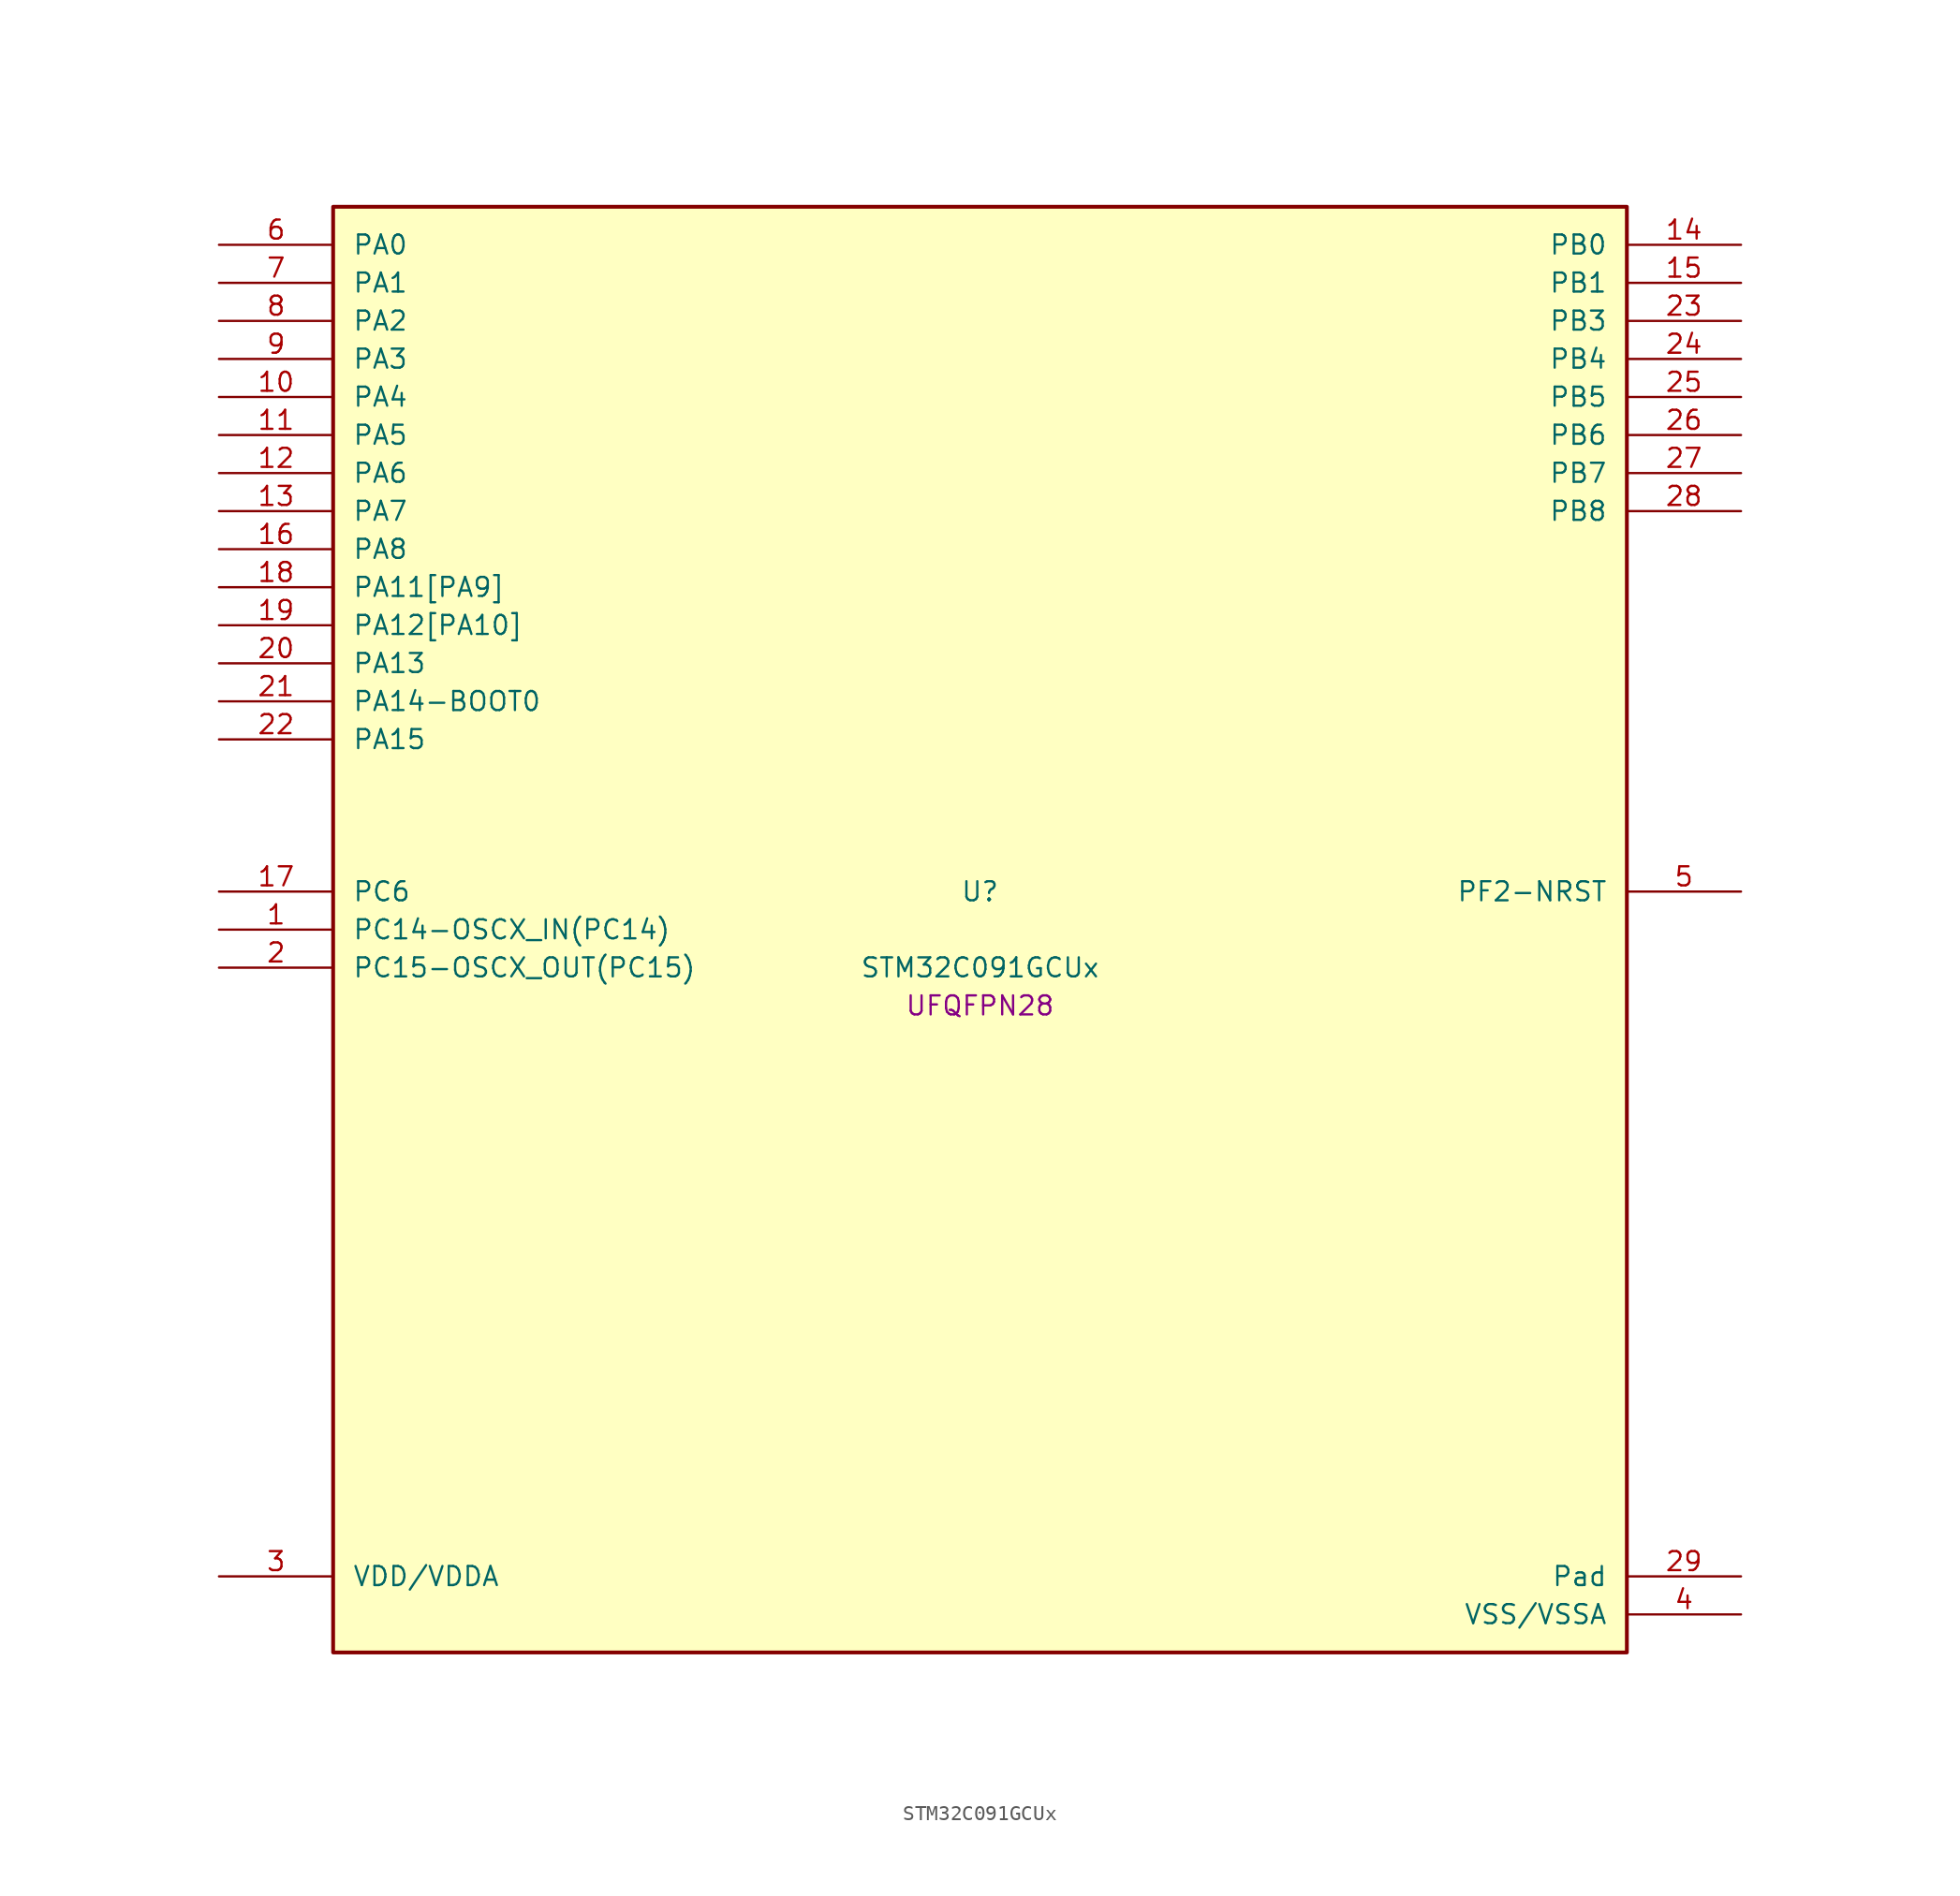
<source format=kicad_sym>
(kicad_symbol_lib
  (version 20241209)
  (generator "stm32_pkl_generator")
  (generator_version "1.0")
  (symbol "STM32C091GCUx"
    (pin_names
      (offset 1.27))
    (property "Reference" "U"
      (at 0 2.54 0))
    (property "Value" "STM32C091GCUx"
      (at 0 -2.54 0))
    (property "Footprint" "UFQFPN28"
      (at 0 -5.08 0))
    (symbol "STM32C091GCUx_1_1"
      (rectangle (start -43.18 48.26) (end 43.18 -48.26) (stroke (width 0.254) (type solid)) (fill (type background)))
      (pin bidirectional line (at -50.8 45.72 0) (length 7.62) (name "PA0") (number "6") (alternate "PA0/ADC1_IN0" bidirectional line) (alternate "PA0/PWR_WKUP1" bidirectional line) (alternate "PA0/SPI2_SCK" bidirectional line) (alternate "PA0/TIM16_CH1" bidirectional line) (alternate "PA0/TIM1_CH1" bidirectional line) (alternate "PA0/TIM2_CH1" bidirectional line) (alternate "PA0/TIM2_ETR" bidirectional line) (alternate "PA0/USART1_TX" bidirectional line) (alternate "PA0/USART2_CTS" bidirectional line) (alternate "PA0/USART2_NSS" bidirectional line) (alternate "PA0/USART4_TX" bidirectional line))
      (pin bidirectional line (at -50.8 43.18 0) (length 7.62) (name "PA1") (number "7") (alternate "PA1/ADC1_IN1" bidirectional line) (alternate "PA1/I2C1_SMBA" bidirectional line) (alternate "PA1/I2S1_CK" bidirectional line) (alternate "PA1/SPI1_SCK" bidirectional line) (alternate "PA1/TIM15_CH1N" bidirectional line) (alternate "PA1/TIM17_CH1" bidirectional line) (alternate "PA1/TIM1_CH2" bidirectional line) (alternate "PA1/TIM2_CH2" bidirectional line) (alternate "PA1/USART1_RX" bidirectional line) (alternate "PA1/USART2_CK" bidirectional line) (alternate "PA1/USART2_DE" bidirectional line) (alternate "PA1/USART2_RTS" bidirectional line) (alternate "PA1/USART4_RX" bidirectional line))
      (pin bidirectional line (at -50.8 40.64 0) (length 7.62) (name "PA2") (number "8") (alternate "PA2/ADC1_IN2" bidirectional line) (alternate "PA2/I2S1_SD" bidirectional line) (alternate "PA2/PWR_WKUP4" bidirectional line) (alternate "PA2/RCC_LSCO" bidirectional line) (alternate "PA2/SPI1_MOSI" bidirectional line) (alternate "PA2/TIM15_CH1" bidirectional line) (alternate "PA2/TIM16_CH1N" bidirectional line) (alternate "PA2/TIM1_CH3" bidirectional line) (alternate "PA2/TIM2_CH3" bidirectional line) (alternate "PA2/TIM3_ETR" bidirectional line) (alternate "PA2/USART2_TX" bidirectional line))
      (pin bidirectional line (at -50.8 38.1 0) (length 7.62) (name "PA3") (number "9") (alternate "PA3/ADC1_IN3" bidirectional line) (alternate "PA3/SPI2_MISO" bidirectional line) (alternate "PA3/TIM15_CH2" bidirectional line) (alternate "PA3/TIM1_CH1N" bidirectional line) (alternate "PA3/TIM1_CH4" bidirectional line) (alternate "PA3/TIM2_CH4" bidirectional line) (alternate "PA3/USART2_RX" bidirectional line))
      (pin bidirectional line (at -50.8 35.56 0) (length 7.62) (name "PA4") (number "10") (alternate "PA4/ADC1_IN4" bidirectional line) (alternate "PA4/I2S1_WS" bidirectional line) (alternate "PA4/PWR_WKUP2" bidirectional line) (alternate "PA4/RTC_OUT1" bidirectional line) (alternate "PA4/RTC_TS" bidirectional line) (alternate "PA4/SPI1_NSS" bidirectional line) (alternate "PA4/SPI2_MOSI" bidirectional line) (alternate "PA4/TIM14_CH1" bidirectional line) (alternate "PA4/TIM17_CH1N" bidirectional line) (alternate "PA4/TIM1_CH2N" bidirectional line) (alternate "PA4/USART2_TX" bidirectional line))
      (pin bidirectional line (at -50.8 33.02 0) (length 7.62) (name "PA5") (number "11") (alternate "PA5/ADC1_IN5" bidirectional line) (alternate "PA5/I2S1_CK" bidirectional line) (alternate "PA5/SPI1_SCK" bidirectional line) (alternate "PA5/TIM1_CH1" bidirectional line) (alternate "PA5/TIM1_CH3N" bidirectional line) (alternate "PA5/TIM2_CH1" bidirectional line) (alternate "PA5/TIM2_ETR" bidirectional line) (alternate "PA5/USART2_RX" bidirectional line) (alternate "PA5/USART3_TX" bidirectional line))
      (pin bidirectional line (at -50.8 30.48 0) (length 7.62) (name "PA6") (number "12") (alternate "PA6/ADC1_IN6" bidirectional line) (alternate "PA6/I2C2_SDA" bidirectional line) (alternate "PA6/I2S1_MCK" bidirectional line) (alternate "PA6/SPI1_MISO" bidirectional line) (alternate "PA6/TIM16_CH1" bidirectional line) (alternate "PA6/TIM1_BKIN" bidirectional line) (alternate "PA6/TIM3_CH1" bidirectional line) (alternate "PA6/USART3_CTS" bidirectional line) (alternate "PA6/USART3_NSS" bidirectional line))
      (pin bidirectional line (at -50.8 27.94 0) (length 7.62) (name "PA7") (number "13") (alternate "PA7/ADC1_IN7" bidirectional line) (alternate "PA7/I2C2_SCL" bidirectional line) (alternate "PA7/I2S1_SD" bidirectional line) (alternate "PA7/SPI1_MOSI" bidirectional line) (alternate "PA7/TIM14_CH1" bidirectional line) (alternate "PA7/TIM17_CH1" bidirectional line) (alternate "PA7/TIM1_CH1N" bidirectional line) (alternate "PA7/TIM3_CH2" bidirectional line))
      (pin bidirectional line (at -50.8 25.4 0) (length 7.62) (name "PA8") (number "16") (alternate "PA8/ADC1_IN8" bidirectional line) (alternate "PA8/I2S1_WS" bidirectional line) (alternate "PA8/RCC_MCO" bidirectional line) (alternate "PA8/RCC_MCO_2" bidirectional line) (alternate "PA8/SPI1_NSS" bidirectional line) (alternate "PA8/SPI2_MISO" bidirectional line) (alternate "PA8/SPI2_NSS" bidirectional line) (alternate "PA8/TIM14_CH1" bidirectional line) (alternate "PA8/TIM1_CH1" bidirectional line) (alternate "PA8/TIM1_CH2N" bidirectional line) (alternate "PA8/TIM1_CH3N" bidirectional line) (alternate "PA8/TIM3_CH3" bidirectional line) (alternate "PA8/TIM3_CH4" bidirectional line) (alternate "PA8/USART1_RX" bidirectional line) (alternate "PA8/USART2_TX" bidirectional line))
      (pin bidirectional line (at -50.8 22.86 0) (length 7.62) (name "PA11[PA9]") (number "18") (alternate "PA11[PA9]/ADC1_EXTI11" bidirectional line) (alternate "PA11[PA9]/I2C2_SCL" bidirectional line) (alternate "PA11[PA9]/I2S1_MCK" bidirectional line) (alternate "PA11[PA9]/SPI1_MISO" bidirectional line) (alternate "PA11[PA9]/TIM1_BKIN2" bidirectional line) (alternate "PA11[PA9]/TIM1_CH4" bidirectional line) (alternate "PA11[PA9]/USART1_CTS" bidirectional line) (alternate "PA11[PA9]/USART1_NSS" bidirectional line) (alternate "PA11[PA9]/PA9[PA11]" bidirectional line) (alternate "PA11[PA9]/I2C1_SCL" bidirectional line) (alternate "PA11[PA9]/RCC_MCO" bidirectional line) (alternate "PA11[PA9]/SPI2_MISO" bidirectional line) (alternate "PA11[PA9]/TIM15_BKIN" bidirectional line) (alternate "PA11[PA9]/TIM1_CH2" bidirectional line) (alternate "PA11[PA9]/TIM3_ETR" bidirectional line) (alternate "PA11[PA9]/USART1_TX" bidirectional line))
      (pin bidirectional line (at -50.8 20.32 0) (length 7.62) (name "PA12[PA10]") (number "19") (alternate "PA12[PA10]/I2C2_SDA" bidirectional line) (alternate "PA12[PA10]/I2S1_SD" bidirectional line) (alternate "PA12[PA10]/I2S_CKIN" bidirectional line) (alternate "PA12[PA10]/SPI1_MOSI" bidirectional line) (alternate "PA12[PA10]/TIM1_ETR" bidirectional line) (alternate "PA12[PA10]/USART1_CK" bidirectional line) (alternate "PA12[PA10]/USART1_DE" bidirectional line) (alternate "PA12[PA10]/USART1_RTS" bidirectional line) (alternate "PA12[PA10]/PA10[PA12]" bidirectional line) (alternate "PA12[PA10]/I2C1_SDA" bidirectional line) (alternate "PA12[PA10]/RCC_MCO_2" bidirectional line) (alternate "PA12[PA10]/SPI2_MOSI" bidirectional line) (alternate "PA12[PA10]/TIM17_BKIN" bidirectional line) (alternate "PA12[PA10]/TIM1_CH3" bidirectional line) (alternate "PA12[PA10]/USART1_RX" bidirectional line))
      (pin bidirectional line (at -50.8 17.78 0) (length 7.62) (name "PA13") (number "20") (alternate "PA13/ADC1_IN13" bidirectional line) (alternate "PA13/DEBUG_SWDIO" bidirectional line) (alternate "PA13/IR_OUT" bidirectional line) (alternate "PA13/TIM3_ETR" bidirectional line) (alternate "PA13/USART2_RX" bidirectional line))
      (pin bidirectional line (at -50.8 15.24 0) (length 7.62) (name "PA14-BOOT0") (number "21") (alternate "PA14-BOOT0/ADC1_IN14" bidirectional line) (alternate "PA14-BOOT0/BOOT0" bidirectional line) (alternate "PA14-BOOT0/DEBUG_SWCLK" bidirectional line) (alternate "PA14-BOOT0/I2S1_WS" bidirectional line) (alternate "PA14-BOOT0/RCC_MCO_2" bidirectional line) (alternate "PA14-BOOT0/SPI1_NSS" bidirectional line) (alternate "PA14-BOOT0/TIM1_CH1" bidirectional line) (alternate "PA14-BOOT0/USART1_CK" bidirectional line) (alternate "PA14-BOOT0/USART1_DE" bidirectional line) (alternate "PA14-BOOT0/USART1_RTS" bidirectional line) (alternate "PA14-BOOT0/USART2_RX" bidirectional line) (alternate "PA14-BOOT0/USART2_TX" bidirectional line))
      (pin bidirectional line (at -50.8 12.7 0) (length 7.62) (name "PA15") (number "22") (alternate "PA15/I2S1_WS" bidirectional line) (alternate "PA15/RCC_MCO_2" bidirectional line) (alternate "PA15/SPI1_NSS" bidirectional line) (alternate "PA15/TIM1_CH1" bidirectional line) (alternate "PA15/TIM2_CH1" bidirectional line) (alternate "PA15/TIM2_ETR" bidirectional line) (alternate "PA15/USART1_CK" bidirectional line) (alternate "PA15/USART1_DE" bidirectional line) (alternate "PA15/USART1_RTS" bidirectional line) (alternate "PA15/USART2_RX" bidirectional line) (alternate "PA15/USART3_CK" bidirectional line) (alternate "PA15/USART3_DE" bidirectional line) (alternate "PA15/USART3_RTS" bidirectional line) (alternate "PA15/USART4_CK" bidirectional line) (alternate "PA15/USART4_DE" bidirectional line) (alternate "PA15/USART4_RTS" bidirectional line))
      (pin bidirectional line (at 50.8 45.72 180) (length 7.62) (name "PB0") (number "14") (alternate "PB0/ADC1_IN17" bidirectional line) (alternate "PB0/I2S1_WS" bidirectional line) (alternate "PB0/SPI1_NSS" bidirectional line) (alternate "PB0/TIM1_CH2N" bidirectional line) (alternate "PB0/TIM3_CH3" bidirectional line) (alternate "PB0/USART3_RX" bidirectional line))
      (pin bidirectional line (at 50.8 43.18 180) (length 7.62) (name "PB1") (number "15") (alternate "PB1/ADC1_IN18" bidirectional line) (alternate "PB1/TIM14_CH1" bidirectional line) (alternate "PB1/TIM1_CH2N" bidirectional line) (alternate "PB1/TIM1_CH3N" bidirectional line) (alternate "PB1/TIM3_CH4" bidirectional line) (alternate "PB1/USART3_CK" bidirectional line) (alternate "PB1/USART3_DE" bidirectional line) (alternate "PB1/USART3_RTS" bidirectional line))
      (pin bidirectional line (at 50.8 40.64 180) (length 7.62) (name "PB3") (number "23") (alternate "PB3/I2C2_SCL" bidirectional line) (alternate "PB3/I2S1_CK" bidirectional line) (alternate "PB3/SPI1_SCK" bidirectional line) (alternate "PB3/TIM1_CH2" bidirectional line) (alternate "PB3/TIM2_CH2" bidirectional line) (alternate "PB3/TIM3_CH2" bidirectional line) (alternate "PB3/USART1_CK" bidirectional line) (alternate "PB3/USART1_DE" bidirectional line) (alternate "PB3/USART1_RTS" bidirectional line))
      (pin bidirectional line (at 50.8 38.1 180) (length 7.62) (name "PB4") (number "24") (alternate "PB4/I2C2_SDA" bidirectional line) (alternate "PB4/I2S1_MCK" bidirectional line) (alternate "PB4/SPI1_MISO" bidirectional line) (alternate "PB4/TIM17_BKIN" bidirectional line) (alternate "PB4/TIM3_CH1" bidirectional line) (alternate "PB4/USART1_CTS" bidirectional line) (alternate "PB4/USART1_NSS" bidirectional line))
      (pin bidirectional line (at 50.8 35.56 180) (length 7.62) (name "PB5") (number "25") (alternate "PB5/I2C1_SMBA" bidirectional line) (alternate "PB5/I2S1_SD" bidirectional line) (alternate "PB5/PWR_WKUP6" bidirectional line) (alternate "PB5/SPI1_MOSI" bidirectional line) (alternate "PB5/TIM16_BKIN" bidirectional line) (alternate "PB5/TIM3_CH2" bidirectional line) (alternate "PB5/TIM3_CH3" bidirectional line))
      (pin bidirectional line (at 50.8 33.02 180) (length 7.62) (name "PB6") (number "26") (alternate "PB6/I2C1_SCL" bidirectional line) (alternate "PB6/I2C1_SMBA" bidirectional line) (alternate "PB6/I2S1_CK" bidirectional line) (alternate "PB6/I2S1_MCK" bidirectional line) (alternate "PB6/I2S1_SD" bidirectional line) (alternate "PB6/PWR_WKUP3" bidirectional line) (alternate "PB6/SPI1_MISO" bidirectional line) (alternate "PB6/SPI1_MOSI" bidirectional line) (alternate "PB6/SPI1_SCK" bidirectional line) (alternate "PB6/SPI2_MISO" bidirectional line) (alternate "PB6/TIM16_BKIN" bidirectional line) (alternate "PB6/TIM16_CH1N" bidirectional line) (alternate "PB6/TIM1_CH2" bidirectional line) (alternate "PB6/TIM1_CH3" bidirectional line) (alternate "PB6/TIM3_CH1" bidirectional line) (alternate "PB6/TIM3_CH2" bidirectional line) (alternate "PB6/TIM3_CH3" bidirectional line) (alternate "PB6/USART1_CTS" bidirectional line) (alternate "PB6/USART1_NSS" bidirectional line) (alternate "PB6/USART1_TX" bidirectional line))
      (pin bidirectional line (at 50.8 30.48 180) (length 7.62) (name "PB7") (number "27") (alternate "PB7/I2C1_SCL" bidirectional line) (alternate "PB7/I2C1_SDA" bidirectional line) (alternate "PB7/RTC_REFIN" bidirectional line) (alternate "PB7/SPI2_MOSI" bidirectional line) (alternate "PB7/TIM16_CH1" bidirectional line) (alternate "PB7/TIM17_CH1N" bidirectional line) (alternate "PB7/TIM1_CH4" bidirectional line) (alternate "PB7/TIM3_CH1" bidirectional line) (alternate "PB7/TIM3_CH4" bidirectional line) (alternate "PB7/USART1_RX" bidirectional line) (alternate "PB7/USART2_CTS" bidirectional line) (alternate "PB7/USART2_NSS" bidirectional line) (alternate "PB7/USART4_CTS" bidirectional line) (alternate "PB7/USART4_NSS" bidirectional line))
      (pin bidirectional line (at 50.8 27.94 180) (length 7.62) (name "PB8") (number "28") (alternate "PB8/I2C1_SCL" bidirectional line) (alternate "PB8/SPI2_SCK" bidirectional line) (alternate "PB8/TIM15_BKIN" bidirectional line) (alternate "PB8/TIM16_CH1" bidirectional line) (alternate "PB8/TIM3_CH1" bidirectional line) (alternate "PB8/USART2_CTS" bidirectional line) (alternate "PB8/USART2_NSS" bidirectional line) (alternate "PB8/USART3_TX" bidirectional line))
      (pin bidirectional line (at -50.8 2.54 0) (length 7.62) (name "PC6") (number "17") (alternate "PC6/TIM2_CH3" bidirectional line) (alternate "PC6/TIM3_CH1" bidirectional line))
      (pin bidirectional line (at -50.8 0 0) (length 7.62) (name "PC14-OSCX_IN(PC14)") (number "1") (alternate "PC14-OSCX_IN(PC14)/I2C1_SDA" bidirectional line) (alternate "PC14-OSCX_IN(PC14)/IR_OUT" bidirectional line) (alternate "PC14-OSCX_IN(PC14)/RCC_OSCX_IN" bidirectional line) (alternate "PC14-OSCX_IN(PC14)/SPI2_NSS" bidirectional line) (alternate "PC14-OSCX_IN(PC14)/TIM17_CH1" bidirectional line) (alternate "PC14-OSCX_IN(PC14)/TIM1_BKIN2" bidirectional line) (alternate "PC14-OSCX_IN(PC14)/TIM1_ETR" bidirectional line) (alternate "PC14-OSCX_IN(PC14)/TIM3_CH2" bidirectional line) (alternate "PC14-OSCX_IN(PC14)/USART1_TX" bidirectional line) (alternate "PC14-OSCX_IN(PC14)/USART2_CK" bidirectional line) (alternate "PC14-OSCX_IN(PC14)/USART2_DE" bidirectional line) (alternate "PC14-OSCX_IN(PC14)/USART2_RTS" bidirectional line) (alternate "PC14-OSCX_IN(PC14)/USART3_TX" bidirectional line))
      (pin bidirectional line (at -50.8 -2.54 0) (length 7.62) (name "PC15-OSCX_OUT(PC15)") (number "2") (alternate "PC15-OSCX_OUT(PC15)/RCC_OSC32_EN" bidirectional line) (alternate "PC15-OSCX_OUT(PC15)/RCC_OSCX_OUT" bidirectional line) (alternate "PC15-OSCX_OUT(PC15)/RCC_OSC_EN" bidirectional line) (alternate "PC15-OSCX_OUT(PC15)/TIM15_BKIN" bidirectional line) (alternate "PC15-OSCX_OUT(PC15)/TIM1_ETR" bidirectional line) (alternate "PC15-OSCX_OUT(PC15)/TIM3_CH3" bidirectional line))
      (pin bidirectional line (at 50.8 2.54 180) (length 7.62) (name "PF2-NRST") (number "5") (alternate "PF2-NRST/RCC_MCO" bidirectional line) (alternate "PF2-NRST/TIM1_CH4" bidirectional line))
      (pin power_in line (at -50.8 -43.18 0) (length 7.62) (name "VDD/VDDA") (number "3"))
      (pin passive line (at 50.8 -43.18 180) (length 7.62) (name "Pad") (number "29"))
      (pin power_in line (at 50.8 -45.72 180) (length 7.62) (name "VSS/VSSA") (number "4")))))
</source>
